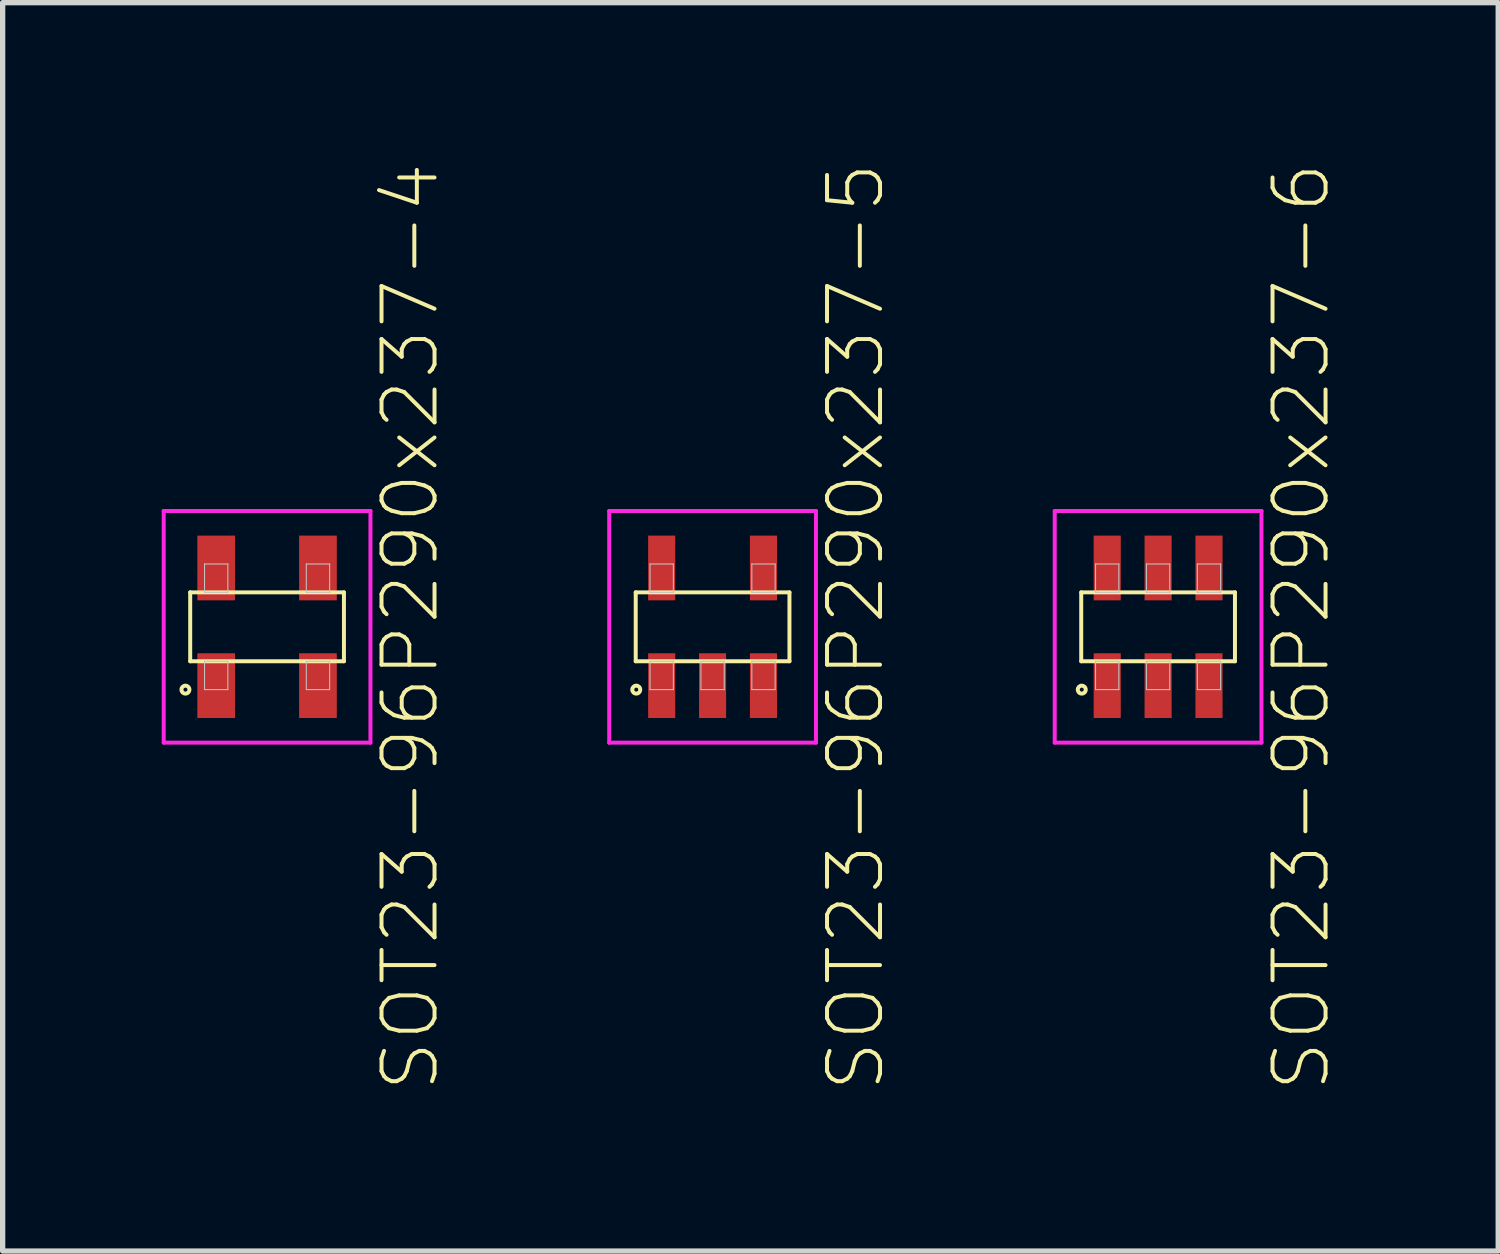
<source format=kicad_pcb>
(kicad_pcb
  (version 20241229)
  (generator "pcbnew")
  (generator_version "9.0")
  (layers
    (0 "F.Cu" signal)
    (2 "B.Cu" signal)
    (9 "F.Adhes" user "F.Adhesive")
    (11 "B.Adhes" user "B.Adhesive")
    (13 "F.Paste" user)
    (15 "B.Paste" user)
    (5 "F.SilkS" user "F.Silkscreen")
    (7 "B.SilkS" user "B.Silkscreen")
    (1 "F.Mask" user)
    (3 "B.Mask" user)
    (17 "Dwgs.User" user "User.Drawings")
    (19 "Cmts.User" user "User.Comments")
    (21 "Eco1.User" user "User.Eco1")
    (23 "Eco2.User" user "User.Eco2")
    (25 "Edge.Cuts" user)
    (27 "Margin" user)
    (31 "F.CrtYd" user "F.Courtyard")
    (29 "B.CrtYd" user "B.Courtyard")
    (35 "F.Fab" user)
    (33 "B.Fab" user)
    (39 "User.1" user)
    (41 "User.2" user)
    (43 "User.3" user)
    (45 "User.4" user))
  (footprint "SOT23-96P290x237-4"
    (layer "F.Cu")
    (at 1.988 8.774)
    (property "Reference" "SOT23-96P290x237-4" (at 2.7 0 90) (layer "F.SilkS") (effects (font (size 1 1) (thickness 0.075))))
    (attr through_hole)
    (fp_line (start -1.45 -0.65) (end -1.45 0.65) (stroke (width 0.075) (type solid)) (layer "F.SilkS"))
    (fp_line (start -1.45 0.65) (end 1.45 0.65) (stroke (width 0.075) (type solid)) (layer "F.SilkS"))
    (fp_line (start 1.45 -0.65) (end -1.45 -0.65) (stroke (width 0.075) (type solid)) (layer "F.SilkS"))
    (fp_line (start 1.45 0.65) (end 1.45 -0.65) (stroke (width 0.075) (type solid)) (layer "F.SilkS"))
    (fp_circle (center -1.54 1.185) (end -1.465 1.185) (stroke (width 0.075) (type solid)) (fill no) (layer "F.SilkS"))
    (fp_line (start -1.18 -1.185) (end -1.18 -0.65) (stroke (width 0.02) (type solid)) (layer "Dwgs.User"))
    (fp_line (start -1.18 -0.65) (end -0.74 -0.65) (stroke (width 0.02) (type solid)) (layer "Dwgs.User"))
    (fp_line (start -1.18 0.65) (end -1.18 1.185) (stroke (width 0.02) (type solid)) (layer "Dwgs.User"))
    (fp_line (start -1.18 1.185) (end -0.74 1.185) (stroke (width 0.02) (type solid)) (layer "Dwgs.User"))
    (fp_line (start -0.74 -1.185) (end -1.18 -1.185) (stroke (width 0.02) (type solid)) (layer "Dwgs.User"))
    (fp_line (start -0.74 -0.65) (end -0.74 -1.185) (stroke (width 0.02) (type solid)) (layer "Dwgs.User"))
    (fp_line (start -0.74 0.65) (end -1.18 0.65) (stroke (width 0.02) (type solid)) (layer "Dwgs.User"))
    (fp_line (start -0.74 1.185) (end -0.74 0.65) (stroke (width 0.02) (type solid)) (layer "Dwgs.User"))
    (fp_line (start 0.74 -1.185) (end 0.74 -0.65) (stroke (width 0.02) (type solid)) (layer "Dwgs.User"))
    (fp_line (start 0.74 -0.65) (end 1.18 -0.65) (stroke (width 0.02) (type solid)) (layer "Dwgs.User"))
    (fp_line (start 0.74 0.65) (end 1.18 0.65) (stroke (width 0.02) (type solid)) (layer "Dwgs.User"))
    (fp_line (start 0.74 1.185) (end 0.74 0.65) (stroke (width 0.02) (type solid)) (layer "Dwgs.User"))
    (fp_line (start 1.18 -1.185) (end 0.74 -1.185) (stroke (width 0.02) (type solid)) (layer "Dwgs.User"))
    (fp_line (start 1.18 -0.65) (end 1.18 -1.185) (stroke (width 0.02) (type solid)) (layer "Dwgs.User"))
    (fp_line (start 1.18 0.65) (end 1.18 1.185) (stroke (width 0.02) (type solid)) (layer "Dwgs.User"))
    (fp_line (start 1.18 1.185) (end 0.74 1.185) (stroke (width 0.02) (type solid)) (layer "Dwgs.User"))
    (fp_line (start -0.5 0) (end 0.5 0) (stroke (width 0.075) (type solid)) (layer "Eco1.User"))
    (fp_line (start 0 -0.5) (end 0 0.5) (stroke (width 0.075) (type solid)) (layer "Eco1.User"))
    (fp_circle (center 0 0) (end 0.3 0) (stroke (width 0.075) (type solid)) (fill no) (layer "Eco1.User"))
    (fp_line (start -1.95 -2.185) (end -1.95 2.185) (stroke (width 0.075) (type solid)) (layer "F.CrtYd"))
    (fp_line (start -1.95 2.185) (end 1.95 2.185) (stroke (width 0.075) (type solid)) (layer "F.CrtYd"))
    (fp_line (start 1.95 -2.185) (end -1.95 -2.185) (stroke (width 0.075) (type solid)) (layer "F.CrtYd"))
    (fp_line (start 1.95 2.185) (end 1.95 -2.185) (stroke (width 0.075) (type solid)) (layer "F.CrtYd"))
    (pad "1" smd rect (at -0.96 1.11) (size 0.711 1.221) (layers "F.Cu" "F.Mask" "F.Paste"))
    (pad "2" smd rect (at 0.96 1.11) (size 0.711 1.221) (layers "F.Cu" "F.Mask" "F.Paste"))
    (pad "3" smd rect (at -0.96 -1.11) (size 0.711 1.221) (layers "F.Cu" "F.Mask" "F.Paste"))
    (pad "4" smd rect (at 0.96 -1.11) (size 0.711 1.221) (layers "F.Cu" "F.Mask" "F.Paste")))
  (footprint "SOT23-96P290x237-5"
    (layer "F.Cu")
    (at 10.392 8.774)
    (property "Reference" "SOT23-96P290x237-5" (at 2.7 0 90) (layer "F.SilkS") (effects (font (size 1 1) (thickness 0.075))))
    (attr through_hole)
    (fp_line (start -1.45 -0.65) (end -1.45 0.65) (stroke (width 0.075) (type solid)) (layer "F.SilkS"))
    (fp_line (start -1.45 0.65) (end 1.45 0.65) (stroke (width 0.075) (type solid)) (layer "F.SilkS"))
    (fp_line (start 1.45 -0.65) (end -1.45 -0.65) (stroke (width 0.075) (type solid)) (layer "F.SilkS"))
    (fp_line (start 1.45 0.65) (end 1.45 -0.65) (stroke (width 0.075) (type solid)) (layer "F.SilkS"))
    (fp_circle (center -1.44 1.185) (end -1.365 1.185) (stroke (width 0.075) (type solid)) (fill no) (layer "F.SilkS"))
    (fp_line (start -1.18 -1.185) (end -1.18 -0.65) (stroke (width 0.02) (type solid)) (layer "Dwgs.User"))
    (fp_line (start -1.18 -0.65) (end -0.74 -0.65) (stroke (width 0.02) (type solid)) (layer "Dwgs.User"))
    (fp_line (start -1.18 0.65) (end -1.18 1.185) (stroke (width 0.02) (type solid)) (layer "Dwgs.User"))
    (fp_line (start -1.18 1.185) (end -0.74 1.185) (stroke (width 0.02) (type solid)) (layer "Dwgs.User"))
    (fp_line (start -0.74 -1.185) (end -1.18 -1.185) (stroke (width 0.02) (type solid)) (layer "Dwgs.User"))
    (fp_line (start -0.74 -0.65) (end -0.74 -1.185) (stroke (width 0.02) (type solid)) (layer "Dwgs.User"))
    (fp_line (start -0.74 0.65) (end -1.18 0.65) (stroke (width 0.02) (type solid)) (layer "Dwgs.User"))
    (fp_line (start -0.74 1.185) (end -0.74 0.65) (stroke (width 0.02) (type solid)) (layer "Dwgs.User"))
    (fp_line (start -0.22 0.65) (end -0.22 1.185) (stroke (width 0.02) (type solid)) (layer "Dwgs.User"))
    (fp_line (start -0.22 1.185) (end 0.22 1.185) (stroke (width 0.02) (type solid)) (layer "Dwgs.User"))
    (fp_line (start 0.22 0.65) (end -0.22 0.65) (stroke (width 0.02) (type solid)) (layer "Dwgs.User"))
    (fp_line (start 0.22 1.185) (end 0.22 0.65) (stroke (width 0.02) (type solid)) (layer "Dwgs.User"))
    (fp_line (start 0.74 -1.185) (end 0.74 -0.65) (stroke (width 0.02) (type solid)) (layer "Dwgs.User"))
    (fp_line (start 0.74 -0.65) (end 1.18 -0.65) (stroke (width 0.02) (type solid)) (layer "Dwgs.User"))
    (fp_line (start 0.74 0.65) (end 0.74 1.185) (stroke (width 0.02) (type solid)) (layer "Dwgs.User"))
    (fp_line (start 0.74 1.185) (end 1.18 1.185) (stroke (width 0.02) (type solid)) (layer "Dwgs.User"))
    (fp_line (start 1.18 -1.185) (end 0.74 -1.185) (stroke (width 0.02) (type solid)) (layer "Dwgs.User"))
    (fp_line (start 1.18 -0.65) (end 1.18 -1.185) (stroke (width 0.02) (type solid)) (layer "Dwgs.User"))
    (fp_line (start 1.18 0.65) (end 0.74 0.65) (stroke (width 0.02) (type solid)) (layer "Dwgs.User"))
    (fp_line (start 1.18 1.185) (end 1.18 0.65) (stroke (width 0.02) (type solid)) (layer "Dwgs.User"))
    (fp_line (start -0.5 0) (end 0.5 0) (stroke (width 0.075) (type solid)) (layer "Eco1.User"))
    (fp_line (start 0 -0.5) (end 0 0.5) (stroke (width 0.075) (type solid)) (layer "Eco1.User"))
    (fp_circle (center 0 0) (end 0.3 0) (stroke (width 0.075) (type solid)) (fill no) (layer "Eco1.User"))
    (fp_line (start -1.95 -2.185) (end -1.95 2.185) (stroke (width 0.075) (type solid)) (layer "F.CrtYd"))
    (fp_line (start -1.95 2.185) (end 1.95 2.185) (stroke (width 0.075) (type solid)) (layer "F.CrtYd"))
    (fp_line (start 1.95 -2.185) (end -1.95 -2.185) (stroke (width 0.075) (type solid)) (layer "F.CrtYd"))
    (fp_line (start 1.95 2.185) (end 1.95 -2.185) (stroke (width 0.075) (type solid)) (layer "F.CrtYd"))
    (pad "1" smd rect (at -0.96 1.11) (size 0.511 1.221) (layers "F.Cu" "F.Mask" "F.Paste"))
    (pad "2" smd rect (at 0 1.11) (size 0.511 1.221) (layers "F.Cu" "F.Mask" "F.Paste"))
    (pad "3" smd rect (at 0.96 1.11) (size 0.511 1.221) (layers "F.Cu" "F.Mask" "F.Paste"))
    (pad "4" smd rect (at 0.96 -1.11) (size 0.511 1.221) (layers "F.Cu" "F.Mask" "F.Paste"))
    (pad "5" smd rect (at -0.96 -1.11) (size 0.511 1.221) (layers "F.Cu" "F.Mask" "F.Paste")))
  (footprint "SOT23-96P290x237-6"
    (layer "F.Cu")
    (at 18.796 8.774)
    (property "Reference" "SOT23-96P290x237-6" (at 2.7 0 90) (layer "F.SilkS") (effects (font (size 1 1) (thickness 0.075))))
    (attr through_hole)
    (fp_line (start -1.45 -0.65) (end -1.45 0.65) (stroke (width 0.075) (type solid)) (layer "F.SilkS"))
    (fp_line (start -1.45 0.65) (end 1.45 0.65) (stroke (width 0.075) (type solid)) (layer "F.SilkS"))
    (fp_line (start 1.45 -0.65) (end -1.45 -0.65) (stroke (width 0.075) (type solid)) (layer "F.SilkS"))
    (fp_line (start 1.45 0.65) (end 1.45 -0.65) (stroke (width 0.075) (type solid)) (layer "F.SilkS"))
    (fp_circle (center -1.44 1.185) (end -1.365 1.185) (stroke (width 0.075) (type solid)) (fill no) (layer "F.SilkS"))
    (fp_line (start -1.18 -1.185) (end -1.18 -0.65) (stroke (width 0.02) (type solid)) (layer "Dwgs.User"))
    (fp_line (start -1.18 -0.65) (end -0.74 -0.65) (stroke (width 0.02) (type solid)) (layer "Dwgs.User"))
    (fp_line (start -1.18 0.65) (end -1.18 1.185) (stroke (width 0.02) (type solid)) (layer "Dwgs.User"))
    (fp_line (start -1.18 1.185) (end -0.74 1.185) (stroke (width 0.02) (type solid)) (layer "Dwgs.User"))
    (fp_line (start -0.74 -1.185) (end -1.18 -1.185) (stroke (width 0.02) (type solid)) (layer "Dwgs.User"))
    (fp_line (start -0.74 -0.65) (end -0.74 -1.185) (stroke (width 0.02) (type solid)) (layer "Dwgs.User"))
    (fp_line (start -0.74 0.65) (end -1.18 0.65) (stroke (width 0.02) (type solid)) (layer "Dwgs.User"))
    (fp_line (start -0.74 1.185) (end -0.74 0.65) (stroke (width 0.02) (type solid)) (layer "Dwgs.User"))
    (fp_line (start -0.22 -1.185) (end -0.22 -0.65) (stroke (width 0.02) (type solid)) (layer "Dwgs.User"))
    (fp_line (start -0.22 -0.65) (end 0.22 -0.65) (stroke (width 0.02) (type solid)) (layer "Dwgs.User"))
    (fp_line (start -0.22 0.65) (end -0.22 1.185) (stroke (width 0.02) (type solid)) (layer "Dwgs.User"))
    (fp_line (start -0.22 1.185) (end 0.22 1.185) (stroke (width 0.02) (type solid)) (layer "Dwgs.User"))
    (fp_line (start 0.22 -1.185) (end -0.22 -1.185) (stroke (width 0.02) (type solid)) (layer "Dwgs.User"))
    (fp_line (start 0.22 -0.65) (end 0.22 -1.185) (stroke (width 0.02) (type solid)) (layer "Dwgs.User"))
    (fp_line (start 0.22 0.65) (end -0.22 0.65) (stroke (width 0.02) (type solid)) (layer "Dwgs.User"))
    (fp_line (start 0.22 1.185) (end 0.22 0.65) (stroke (width 0.02) (type solid)) (layer "Dwgs.User"))
    (fp_line (start 0.74 -1.185) (end 0.74 -0.65) (stroke (width 0.02) (type solid)) (layer "Dwgs.User"))
    (fp_line (start 0.74 -0.65) (end 1.18 -0.65) (stroke (width 0.02) (type solid)) (layer "Dwgs.User"))
    (fp_line (start 0.74 0.65) (end 0.74 1.185) (stroke (width 0.02) (type solid)) (layer "Dwgs.User"))
    (fp_line (start 0.74 1.185) (end 1.18 1.185) (stroke (width 0.02) (type solid)) (layer "Dwgs.User"))
    (fp_line (start 1.18 -1.185) (end 0.74 -1.185) (stroke (width 0.02) (type solid)) (layer "Dwgs.User"))
    (fp_line (start 1.18 -0.65) (end 1.18 -1.185) (stroke (width 0.02) (type solid)) (layer "Dwgs.User"))
    (fp_line (start 1.18 0.65) (end 0.74 0.65) (stroke (width 0.02) (type solid)) (layer "Dwgs.User"))
    (fp_line (start 1.18 1.185) (end 1.18 0.65) (stroke (width 0.02) (type solid)) (layer "Dwgs.User"))
    (fp_line (start -0.5 0) (end 0.5 0) (stroke (width 0.075) (type solid)) (layer "Eco1.User"))
    (fp_line (start 0 -0.5) (end 0 0.5) (stroke (width 0.075) (type solid)) (layer "Eco1.User"))
    (fp_circle (center 0 0) (end 0.3 0) (stroke (width 0.075) (type solid)) (fill no) (layer "Eco1.User"))
    (fp_line (start -1.95 -2.185) (end -1.95 2.185) (stroke (width 0.075) (type solid)) (layer "F.CrtYd"))
    (fp_line (start -1.95 2.185) (end 1.95 2.185) (stroke (width 0.075) (type solid)) (layer "F.CrtYd"))
    (fp_line (start 1.95 -2.185) (end -1.95 -2.185) (stroke (width 0.075) (type solid)) (layer "F.CrtYd"))
    (fp_line (start 1.95 2.185) (end 1.95 -2.185) (stroke (width 0.075) (type solid)) (layer "F.CrtYd"))
    (pad "1" smd rect (at -0.96 1.11) (size 0.511 1.221) (layers "F.Cu" "F.Mask" "F.Paste"))
    (pad "2" smd rect (at 0 1.11) (size 0.511 1.221) (layers "F.Cu" "F.Mask" "F.Paste"))
    (pad "3" smd rect (at 0.96 1.11) (size 0.511 1.221) (layers "F.Cu" "F.Mask" "F.Paste"))
    (pad "4" smd rect (at 0.96 -1.11) (size 0.511 1.221) (layers "F.Cu" "F.Mask" "F.Paste"))
    (pad "5" smd rect (at 0 -1.11) (size 0.511 1.221) (layers "F.Cu" "F.Mask" "F.Paste"))
    (pad "6" smd rect (at -0.96 -1.11) (size 0.511 1.221) (layers "F.Cu" "F.Mask" "F.Paste")))
  (gr_rect
    (start -3 -3)
    (end 25.212 20.549)
    (stroke (width 0.1) (type default))
    (fill no)
    (layer "Edge.Cuts")))
</source>
